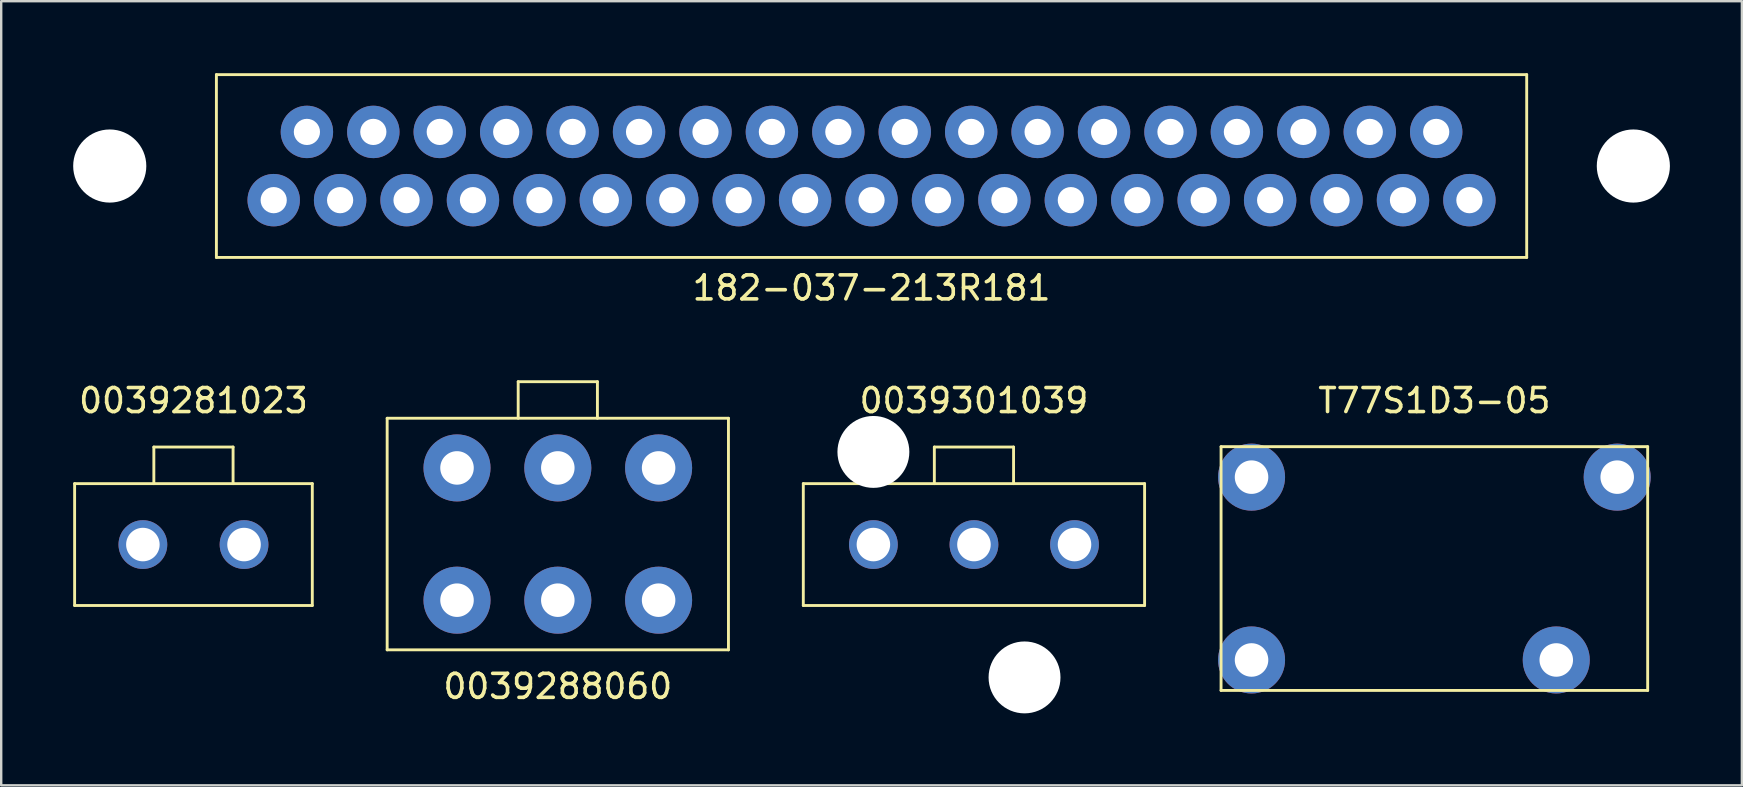
<source format=kicad_pcb>
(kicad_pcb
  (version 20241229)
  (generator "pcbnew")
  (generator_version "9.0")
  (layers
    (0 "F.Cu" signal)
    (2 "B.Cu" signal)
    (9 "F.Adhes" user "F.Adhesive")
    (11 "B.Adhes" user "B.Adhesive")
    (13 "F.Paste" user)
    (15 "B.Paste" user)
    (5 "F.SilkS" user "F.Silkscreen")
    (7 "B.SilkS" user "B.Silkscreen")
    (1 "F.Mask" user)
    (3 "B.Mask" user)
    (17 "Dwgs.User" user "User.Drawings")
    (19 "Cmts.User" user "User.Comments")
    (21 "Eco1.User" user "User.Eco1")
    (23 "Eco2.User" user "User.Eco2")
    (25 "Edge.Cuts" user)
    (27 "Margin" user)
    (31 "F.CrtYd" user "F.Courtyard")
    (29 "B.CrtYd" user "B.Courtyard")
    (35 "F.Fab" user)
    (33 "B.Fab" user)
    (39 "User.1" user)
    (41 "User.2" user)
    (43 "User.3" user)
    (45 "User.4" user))
  (footprint "0039281023"
    (layer "F.Cu")
    (at 5.013 19.646)
    (property "Reference" "0039281023" (at 0 -6 0) (layer "F.SilkS") (effects (font (size 1 1) (thickness 0.15))))
    (attr through_hole)
    (fp_line (start -4.953 -2.54) (end -4.953 2.54) (stroke (width 0.12) (type solid)) (layer "F.SilkS"))
    (fp_line (start -1.651 -4.064) (end -1.651 -2.54) (stroke (width 0.12) (type solid)) (layer "F.SilkS"))
    (fp_line (start -1.651 -4.064) (end 1.651 -4.064) (stroke (width 0.12) (type solid)) (layer "F.SilkS"))
    (fp_line (start 1.651 -4.064) (end 1.651 -2.54) (stroke (width 0.12) (type solid)) (layer "F.SilkS"))
    (fp_line (start 4.953 -2.54) (end -4.953 -2.54) (stroke (width 0.12) (type solid)) (layer "F.SilkS"))
    (fp_line (start 4.953 -2.54) (end 4.953 2.54) (stroke (width 0.12) (type solid)) (layer "F.SilkS"))
    (fp_line (start 4.953 2.54) (end -4.953 2.54) (stroke (width 0.12) (type solid)) (layer "F.SilkS"))
    (pad "1" thru_hole circle (at -2.108 0) (size 2.032 2.032) (drill 1.397) (layers "*.Cu" "*.Mask"))
    (pad "2" thru_hole circle (at 2.108 0) (size 2.032 2.032) (drill 1.397) (layers "*.Cu" "*.Mask")))
  (footprint "T77S1D3-05"
    (layer "F.Cu")
    (at 56.731 20.646)
    (property "Reference" "T77S1D3-05" (at 0 -7 0) (layer "F.SilkS") (effects (font (size 1 1) (thickness 0.15))))
    (attr through_hole)
    (fp_line (start -8.89 -5.08) (end -8.89 5.08) (stroke (width 0.12) (type solid)) (layer "F.SilkS"))
    (fp_line (start -8.89 -5.08) (end 8.89 -5.08) (stroke (width 0.12) (type solid)) (layer "F.SilkS"))
    (fp_line (start -8.89 5.08) (end 8.89 5.08) (stroke (width 0.12) (type solid)) (layer "F.SilkS"))
    (fp_line (start 8.89 -5.08) (end 8.89 5.08) (stroke (width 0.12) (type solid)) (layer "F.SilkS"))
    (pad "1" thru_hole circle (at -7.62 -3.81) (size 2.794 2.794) (drill 1.397) (layers "*.Cu" "*.Mask"))
    (pad "2" thru_hole circle (at -7.62 3.81) (size 2.794 2.794) (drill 1.397) (layers "*.Cu" "*.Mask"))
    (pad "3" thru_hole circle (at 7.62 -3.81) (size 2.794 2.794) (drill 1.397) (layers "*.Cu" "*.Mask"))
    (pad "4" thru_hole circle (at 5.08 3.81) (size 2.794 2.794) (drill 1.397) (layers "*.Cu" "*.Mask")))
  (footprint "0039288060"
    (layer "F.Cu")
    (at 20.198 19.208)
    (property "Reference" "0039288060" (at 0 6.35 0) (layer "F.SilkS") (effects (font (size 1 1) (thickness 0.15))))
    (attr through_hole)
    (fp_line (start -7.112 -4.826) (end -7.112 4.826) (stroke (width 0.12) (type solid)) (layer "F.SilkS"))
    (fp_line (start -7.112 -4.826) (end 7.112 -4.826) (stroke (width 0.12) (type solid)) (layer "F.SilkS"))
    (fp_line (start -7.112 4.826) (end 7.112 4.826) (stroke (width 0.12) (type solid)) (layer "F.SilkS"))
    (fp_line (start -1.651 -6.35) (end -1.651 -4.826) (stroke (width 0.12) (type solid)) (layer "F.SilkS"))
    (fp_line (start -1.651 -6.35) (end 1.651 -6.35) (stroke (width 0.12) (type solid)) (layer "F.SilkS"))
    (fp_line (start 1.651 -6.35) (end 1.651 -4.826) (stroke (width 0.12) (type solid)) (layer "F.SilkS"))
    (fp_line (start 7.112 -4.826) (end 7.112 4.826) (stroke (width 0.12) (type solid)) (layer "F.SilkS"))
    (pad "1" thru_hole circle (at 4.201 -2.756) (size 2.794 2.794) (drill 1.397) (layers "*.Cu" "*.Mask"))
    (pad "2" thru_hole circle (at 4.201 2.756) (size 2.794 2.794) (drill 1.397) (layers "*.Cu" "*.Mask"))
    (pad "3" thru_hole circle (at 0 2.756) (size 2.794 2.794) (drill 1.397) (layers "*.Cu" "*.Mask"))
    (pad "4" thru_hole circle (at -4.201 2.756) (size 2.794 2.794) (drill 1.397) (layers "*.Cu" "*.Mask"))
    (pad "5" thru_hole circle (at -4.201 -2.756) (size 2.794 2.794) (drill 1.397) (layers "*.Cu" "*.Mask"))
    (pad "6" thru_hole circle (at 0 -2.756) (size 2.794 2.794) (drill 1.397) (layers "*.Cu" "*.Mask")))
  (footprint "0039301039"
    (layer "F.Cu")
    (at 37.542 19.646)
    (property "Reference" "0039301039" (at 0 -6 0) (layer "F.SilkS") (effects (font (size 1 1) (thickness 0.15))))
    (attr through_hole)
    (fp_line (start -7.112 -2.54) (end -7.112 2.54) (stroke (width 0.12) (type solid)) (layer "F.SilkS"))
    (fp_line (start -1.651 -4.064) (end -1.651 -2.54) (stroke (width 0.12) (type solid)) (layer "F.SilkS"))
    (fp_line (start -1.651 -4.064) (end 1.651 -4.064) (stroke (width 0.12) (type solid)) (layer "F.SilkS"))
    (fp_line (start 1.651 -4.064) (end 1.651 -2.54) (stroke (width 0.12) (type solid)) (layer "F.SilkS"))
    (fp_line (start 7.112 -2.54) (end -7.112 -2.54) (stroke (width 0.12) (type solid)) (layer "F.SilkS"))
    (fp_line (start 7.112 -2.54) (end 7.112 2.54) (stroke (width 0.12) (type solid)) (layer "F.SilkS"))
    (fp_line (start 7.112 2.54) (end -7.112 2.54) (stroke (width 0.12) (type solid)) (layer "F.SilkS"))
    (pad "" np_thru_hole circle (at -4.191 -3.861) (size 2.997 2.997) (drill 2.997) (layers "*.Cu" "*.Mask"))
    (pad "" np_thru_hole circle (at 2.108 5.537) (size 2.997 2.997) (drill 2.997) (layers "*.Cu" "*.Mask"))
    (pad "1" thru_hole circle (at -4.191 0) (size 2.032 2.032) (drill 1.397) (layers "*.Cu" "*.Mask"))
    (pad "2" thru_hole circle (at 0 0) (size 2.032 2.032) (drill 1.397) (layers "*.Cu" "*.Mask"))
    (pad "3" thru_hole circle (at 4.191 0) (size 2.032 2.032) (drill 1.397) (layers "*.Cu" "*.Mask")))
  (footprint "182-037-213R181"
    (layer "F.Cu")
    (at 33.274 3.87)
    (property "Reference" "182-037-213R181" (at 0 5.08 0) (layer "F.SilkS") (effects (font (size 1 1) (thickness 0.15))))
    (attr through_hole)
    (fp_line (start -27.305 -3.81) (end -27.305 3.81) (stroke (width 0.12) (type solid)) (layer "F.SilkS"))
    (fp_line (start -27.305 3.81) (end 27.305 3.81) (stroke (width 0.12) (type solid)) (layer "F.SilkS"))
    (fp_line (start 27.305 -3.81) (end -27.305 -3.81) (stroke (width 0.12) (type solid)) (layer "F.SilkS"))
    (fp_line (start 27.305 3.81) (end 27.305 -3.81) (stroke (width 0.12) (type solid)) (layer "F.SilkS"))
    (pad "" np_thru_hole circle (at -31.75 0) (size 3.048 3.048) (drill 3.048) (layers "*.Cu" "*.Mask"))
    (pad "" np_thru_hole circle (at 31.75 0) (size 3.048 3.048) (drill 3.048) (layers "*.Cu" "*.Mask"))
    (pad "1" thru_hole circle (at -24.917 1.422) (size 2.184 2.184) (drill 1.092) (layers "*.Cu" "*.Mask"))
    (pad "2" thru_hole circle (at -22.149 1.422) (size 2.184 2.184) (drill 1.092) (layers "*.Cu" "*.Mask"))
    (pad "3" thru_hole circle (at -19.38 1.422) (size 2.184 2.184) (drill 1.092) (layers "*.Cu" "*.Mask"))
    (pad "4" thru_hole circle (at -16.612 1.422) (size 2.184 2.184) (drill 1.092) (layers "*.Cu" "*.Mask"))
    (pad "5" thru_hole circle (at -13.843 1.422) (size 2.184 2.184) (drill 1.092) (layers "*.Cu" "*.Mask"))
    (pad "6" thru_hole circle (at -11.074 1.422) (size 2.184 2.184) (drill 1.092) (layers "*.Cu" "*.Mask"))
    (pad "7" thru_hole circle (at -8.306 1.422) (size 2.184 2.184) (drill 1.092) (layers "*.Cu" "*.Mask"))
    (pad "8" thru_hole circle (at -5.537 1.422) (size 2.184 2.184) (drill 1.092) (layers "*.Cu" "*.Mask"))
    (pad "9" thru_hole circle (at -2.769 1.422) (size 2.184 2.184) (drill 1.092) (layers "*.Cu" "*.Mask"))
    (pad "10" thru_hole circle (at 0 1.422) (size 2.184 2.184) (drill 1.092) (layers "*.Cu" "*.Mask"))
    (pad "11" thru_hole circle (at 2.769 1.422) (size 2.184 2.184) (drill 1.092) (layers "*.Cu" "*.Mask"))
    (pad "12" thru_hole circle (at 5.537 1.422) (size 2.184 2.184) (drill 1.092) (layers "*.Cu" "*.Mask"))
    (pad "13" thru_hole circle (at 8.306 1.422) (size 2.184 2.184) (drill 1.092) (layers "*.Cu" "*.Mask"))
    (pad "14" thru_hole circle (at 11.074 1.422) (size 2.184 2.184) (drill 1.092) (layers "*.Cu" "*.Mask"))
    (pad "15" thru_hole circle (at 13.843 1.422) (size 2.184 2.184) (drill 1.092) (layers "*.Cu" "*.Mask"))
    (pad "16" thru_hole circle (at 16.612 1.422) (size 2.184 2.184) (drill 1.092) (layers "*.Cu" "*.Mask"))
    (pad "17" thru_hole circle (at 19.38 1.422) (size 2.184 2.184) (drill 1.092) (layers "*.Cu" "*.Mask"))
    (pad "18" thru_hole circle (at 22.149 1.422) (size 2.184 2.184) (drill 1.092) (layers "*.Cu" "*.Mask"))
    (pad "19" thru_hole circle (at 24.917 1.422) (size 2.184 2.184) (drill 1.092) (layers "*.Cu" "*.Mask"))
    (pad "20" thru_hole circle (at -23.533 -1.422) (size 2.184 2.184) (drill 1.092) (layers "*.Cu" "*.Mask"))
    (pad "21" thru_hole circle (at -20.765 -1.422) (size 2.184 2.184) (drill 1.092) (layers "*.Cu" "*.Mask"))
    (pad "22" thru_hole circle (at -17.996 -1.422) (size 2.184 2.184) (drill 1.092) (layers "*.Cu" "*.Mask"))
    (pad "23" thru_hole circle (at -15.227 -1.422) (size 2.184 2.184) (drill 1.092) (layers "*.Cu" "*.Mask"))
    (pad "24" thru_hole circle (at -12.459 -1.422) (size 2.184 2.184) (drill 1.092) (layers "*.Cu" "*.Mask"))
    (pad "25" thru_hole circle (at -9.69 -1.422) (size 2.184 2.184) (drill 1.092) (layers "*.Cu" "*.Mask"))
    (pad "26" thru_hole circle (at -6.921 -1.422) (size 2.184 2.184) (drill 1.092) (layers "*.Cu" "*.Mask"))
    (pad "27" thru_hole circle (at -4.153 -1.422) (size 2.184 2.184) (drill 1.092) (layers "*.Cu" "*.Mask"))
    (pad "28" thru_hole circle (at -1.384 -1.422) (size 2.184 2.184) (drill 1.092) (layers "*.Cu" "*.Mask"))
    (pad "29" thru_hole circle (at 1.384 -1.422) (size 2.184 2.184) (drill 1.092) (layers "*.Cu" "*.Mask"))
    (pad "30" thru_hole circle (at 4.153 -1.422) (size 2.184 2.184) (drill 1.092) (layers "*.Cu" "*.Mask"))
    (pad "31" thru_hole circle (at 6.921 -1.422) (size 2.184 2.184) (drill 1.092) (layers "*.Cu" "*.Mask"))
    (pad "32" thru_hole circle (at 9.69 -1.422) (size 2.184 2.184) (drill 1.092) (layers "*.Cu" "*.Mask"))
    (pad "33" thru_hole circle (at 12.459 -1.422) (size 2.184 2.184) (drill 1.092) (layers "*.Cu" "*.Mask"))
    (pad "34" thru_hole circle (at 15.227 -1.422) (size 2.184 2.184) (drill 1.092) (layers "*.Cu" "*.Mask"))
    (pad "35" thru_hole circle (at 17.996 -1.422) (size 2.184 2.184) (drill 1.092) (layers "*.Cu" "*.Mask"))
    (pad "36" thru_hole circle (at 20.765 -1.422) (size 2.184 2.184) (drill 1.092) (layers "*.Cu" "*.Mask"))
    (pad "37" thru_hole circle (at 23.533 -1.422) (size 2.184 2.184) (drill 1.092) (layers "*.Cu" "*.Mask")))
  (gr_rect
    (start -3 -3)
    (end 69.548 29.682)
    (stroke (width 0.1) (type default))
    (fill no)
    (layer "Edge.Cuts")))
</source>
